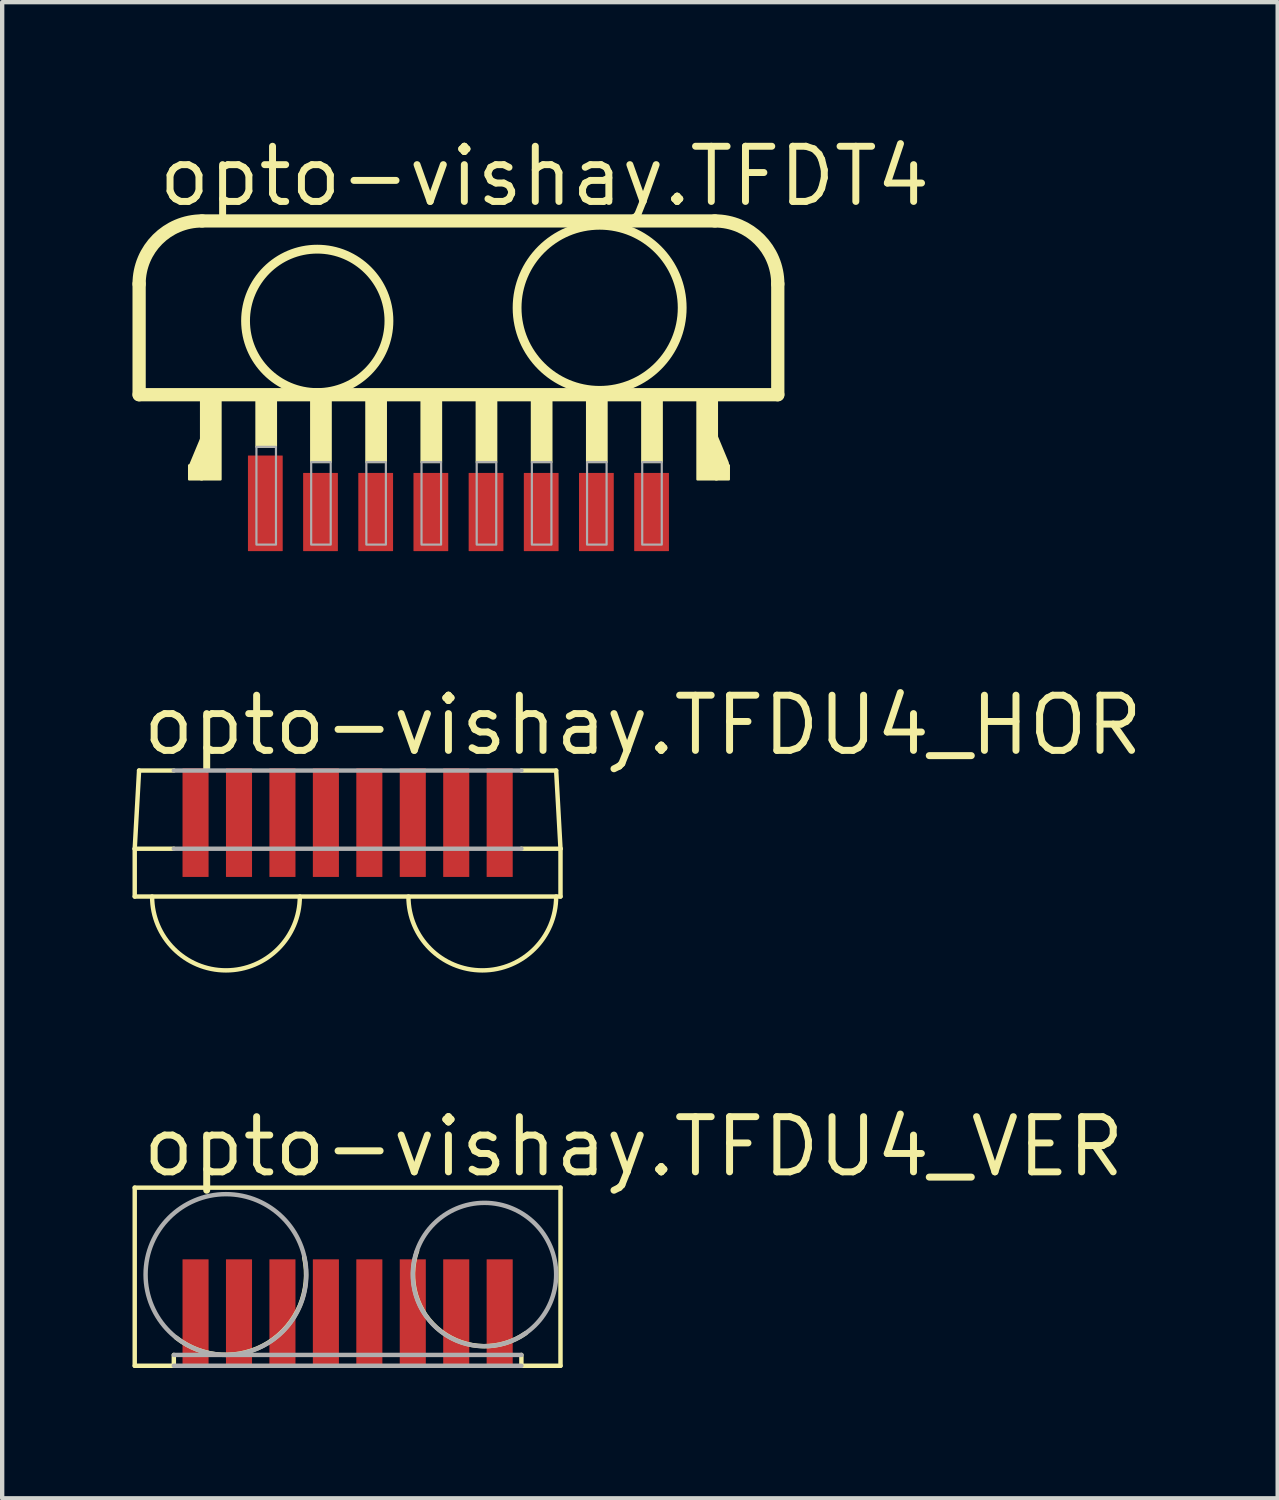
<source format=kicad_pcb>
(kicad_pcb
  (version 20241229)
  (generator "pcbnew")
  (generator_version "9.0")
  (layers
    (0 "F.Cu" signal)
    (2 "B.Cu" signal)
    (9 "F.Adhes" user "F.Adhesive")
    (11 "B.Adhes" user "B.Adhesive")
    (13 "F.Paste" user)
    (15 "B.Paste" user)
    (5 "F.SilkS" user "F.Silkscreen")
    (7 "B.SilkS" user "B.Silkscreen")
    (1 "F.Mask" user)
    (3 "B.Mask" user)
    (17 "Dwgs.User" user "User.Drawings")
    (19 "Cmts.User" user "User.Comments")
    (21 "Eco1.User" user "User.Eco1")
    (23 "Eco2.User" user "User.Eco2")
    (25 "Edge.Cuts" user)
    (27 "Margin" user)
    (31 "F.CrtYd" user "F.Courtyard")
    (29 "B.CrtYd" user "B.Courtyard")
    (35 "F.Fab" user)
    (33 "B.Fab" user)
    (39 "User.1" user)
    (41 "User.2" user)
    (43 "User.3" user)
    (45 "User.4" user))
  (footprint "opto-vishay.TFDU4_HOR"
    (layer "F.Cu")
    (at 4.951 15.885)
    (property "Reference" "opto-vishay.TFDU4_HOR" (at -4.8 -1.5 0) (layer "F.SilkS") (effects (font (size 1.27 1.27) (thickness 0.16)) (justify left bottom)))
    (attr smd)
    (fp_line (start -4.9 0.6) (end -4.8 -1.2) (stroke (width 0.102) (type default)) (layer "F.SilkS"))
    (fp_line (start -4.9 0.6) (end -4 0.6) (stroke (width 0.102) (type default)) (layer "F.SilkS"))
    (fp_line (start -4.9 1.7) (end -4.9 0.6) (stroke (width 0.102) (type default)) (layer "F.SilkS"))
    (fp_line (start -4.8 -1.2) (end -4 -1.2) (stroke (width 0.102) (type default)) (layer "F.SilkS"))
    (fp_line (start 4 -1.2) (end 4.8 -1.2) (stroke (width 0.102) (type default)) (layer "F.SilkS"))
    (fp_line (start 4 0.6) (end 4.9 0.6) (stroke (width 0.102) (type default)) (layer "F.SilkS"))
    (fp_line (start 4.8 -1.2) (end 4.9 0.6) (stroke (width 0.102) (type default)) (layer "F.SilkS"))
    (fp_line (start 4.9 0.6) (end 4.9 1.7) (stroke (width 0.102) (type default)) (layer "F.SilkS"))
    (fp_line (start 4.9 1.7) (end -4.9 1.7) (stroke (width 0.102) (type default)) (layer "F.SilkS"))
    (fp_arc (start -1.1 1.7) (mid -2.8 3.4) (end -4.5 1.7) (stroke (width 0.1016) (type default)) (layer "F.SilkS"))
    (fp_arc (start 4.8 1.7) (mid 3.1 3.4) (end 1.4 1.7) (stroke (width 0.1016) (type default)) (layer "F.SilkS"))
    (fp_line (start -4 -1.2) (end 4 -1.2) (stroke (width 0.102) (type default)) (layer "F.Fab"))
    (fp_line (start -4 0.6) (end 4 0.6) (stroke (width 0.102) (type default)) (layer "F.Fab"))
    (pad "1" smd roundrect (at -3.5 0) (size 0.6 2.5) (layers "F.Cu" "F.Mask" "F.Paste") (roundrect_rratio 0.01))
    (pad "2" smd roundrect (at -2.5 0) (size 0.6 2.5) (layers "F.Cu" "F.Mask" "F.Paste") (roundrect_rratio 0.01))
    (pad "3" smd roundrect (at -1.5 0) (size 0.6 2.5) (layers "F.Cu" "F.Mask" "F.Paste") (roundrect_rratio 0.01))
    (pad "4" smd roundrect (at -0.5 0) (size 0.6 2.5) (layers "F.Cu" "F.Mask" "F.Paste") (roundrect_rratio 0.01))
    (pad "5" smd roundrect (at 0.5 0) (size 0.6 2.5) (layers "F.Cu" "F.Mask" "F.Paste") (roundrect_rratio 0.01))
    (pad "6" smd roundrect (at 1.5 0) (size 0.6 2.5) (layers "F.Cu" "F.Mask" "F.Paste") (roundrect_rratio 0.01))
    (pad "7" smd roundrect (at 2.5 0) (size 0.6 2.5) (layers "F.Cu" "F.Mask" "F.Paste") (roundrect_rratio 0.01))
    (pad "8" smd roundrect (at 3.5 0) (size 0.6 2.5) (layers "F.Cu" "F.Mask" "F.Paste") (roundrect_rratio 0.01)))
  (footprint "opto-vishay.TFDU4_VER"
    (layer "F.Cu")
    (at 4.951 26.286)
    (property "Reference" "opto-vishay.TFDU4_VER" (at -4.8 -2.2 0) (layer "F.SilkS") (effects (font (size 1.27 1.27) (thickness 0.16)) (justify left bottom)))
    (attr smd)
    (fp_line (start -4.9 -2) (end -4.9 2.1) (stroke (width 0.102) (type default)) (layer "F.SilkS"))
    (fp_line (start -4.9 2.1) (end -4 2.1) (stroke (width 0.102) (type default)) (layer "F.SilkS"))
    (fp_line (start -4 1.85) (end -4 2.1) (stroke (width 0.102) (type default)) (layer "F.SilkS"))
    (fp_line (start 4 1.85) (end 4 2.1) (stroke (width 0.102) (type default)) (layer "F.SilkS"))
    (fp_line (start 4 2.1) (end 4.9 2.1) (stroke (width 0.102) (type default)) (layer "F.SilkS"))
    (fp_line (start 4.9 -2) (end -4.9 -2) (stroke (width 0.102) (type default)) (layer "F.SilkS"))
    (fp_line (start 4.9 2.1) (end 4.9 -2) (stroke (width 0.102) (type default)) (layer "F.SilkS"))
    (fp_arc (start -1 -0.4) (mid -1.822391 1.565647) (end -3.95 1.45) (stroke (width 0.1016) (type default)) (layer "F.SilkS"))
    (fp_arc (start 4.1 1.35) (mid 2.156545 1.31244) (end 1.6 -0.55) (stroke (width 0.1016) (type default)) (layer "F.SilkS"))
    (fp_line (start -4 1.85) (end 4 1.85) (stroke (width 0.102) (type default)) (layer "F.Fab"))
    (fp_line (start -4 2.1) (end 4 2.1) (stroke (width 0.102) (type default)) (layer "F.Fab"))
    (fp_circle (center -2.8 0) (end -0.95 0) (stroke (width 0.102) (type default)) (fill no) (layer "F.Fab"))
    (fp_circle (center 3.15 0) (end 4.8 0) (stroke (width 0.102) (type default)) (fill no) (layer "F.Fab"))
    (pad "1" smd roundrect (at -3.5 0.9) (size 0.6 2.5) (layers "F.Cu" "F.Mask" "F.Paste") (roundrect_rratio 0.01))
    (pad "2" smd roundrect (at -2.5 0.9) (size 0.6 2.5) (layers "F.Cu" "F.Mask" "F.Paste") (roundrect_rratio 0.01))
    (pad "3" smd roundrect (at -1.5 0.9) (size 0.6 2.5) (layers "F.Cu" "F.Mask" "F.Paste") (roundrect_rratio 0.01))
    (pad "4" smd roundrect (at -0.5 0.9) (size 0.6 2.5) (layers "F.Cu" "F.Mask" "F.Paste") (roundrect_rratio 0.01))
    (pad "5" smd roundrect (at 0.5 0.9) (size 0.6 2.5) (layers "F.Cu" "F.Mask" "F.Paste") (roundrect_rratio 0.01))
    (pad "6" smd roundrect (at 1.5 0.9) (size 0.6 2.5) (layers "F.Cu" "F.Mask" "F.Paste") (roundrect_rratio 0.01))
    (pad "7" smd roundrect (at 2.5 0.9) (size 0.6 2.5) (layers "F.Cu" "F.Mask" "F.Paste") (roundrect_rratio 0.01))
    (pad "8" smd roundrect (at 3.5 0.9) (size 0.6 2.5) (layers "F.Cu" "F.Mask" "F.Paste") (roundrect_rratio 0.01)))
  (footprint "opto-vishay.TFDT4"
    (layer "F.Cu")
    (at 7.502 8.735)
    (property "Reference" "opto-vishay.TFDT4" (at -6.985 -6.985 0) (layer "F.SilkS") (effects (font (size 1.27 1.27) (thickness 0.16)) (justify left bottom)))
    (attr smd)
    (fp_line (start -7.35 -2.7) (end -7.35 -5.25) (stroke (width 0.305) (type default)) (layer "F.SilkS"))
    (fp_line (start -6.05 -1.05) (end -5.8 -1.65) (stroke (width 0.305) (type default)) (layer "F.SilkS"))
    (fp_line (start -5.9 -6.7) (end 5.9 -6.7) (stroke (width 0.305) (type default)) (layer "F.SilkS"))
    (fp_line (start 6.075 -1.1) (end 5.825 -1.7) (stroke (width 0.305) (type default)) (layer "F.SilkS"))
    (fp_line (start 7.35 -5.25) (end 7.35 -2.7) (stroke (width 0.305) (type default)) (layer "F.SilkS"))
    (fp_line (start 7.35 -2.7) (end -7.35 -2.7) (stroke (width 0.305) (type default)) (layer "F.SilkS"))
    (fp_rect (start -6.2 -0.75) (end -5.9 -1.075) (stroke (width 0.05) (type default)) (fill yes) (layer "F.SilkS"))
    (fp_rect (start -5.925 -0.75) (end -5.475 -2.575) (stroke (width 0.05) (type default)) (fill yes) (layer "F.SilkS"))
    (fp_rect (start -4.65 -1.5) (end -4.2 -2.6) (stroke (width 0.05) (type default)) (fill yes) (layer "F.SilkS"))
    (fp_rect (start -3.39 -1.15) (end -2.94 -2.6) (stroke (width 0.05) (type default)) (fill yes) (layer "F.SilkS"))
    (fp_rect (start -2.12 -1.15) (end -1.67 -2.6) (stroke (width 0.05) (type default)) (fill yes) (layer "F.SilkS"))
    (fp_rect (start -0.85 -1.15) (end -0.4 -2.6) (stroke (width 0.05) (type default)) (fill yes) (layer "F.SilkS"))
    (fp_rect (start 0.42 -1.15) (end 0.87 -2.6) (stroke (width 0.05) (type default)) (fill yes) (layer "F.SilkS"))
    (fp_rect (start 1.69 -1.15) (end 2.14 -2.6) (stroke (width 0.05) (type default)) (fill yes) (layer "F.SilkS"))
    (fp_rect (start 2.96 -1.15) (end 3.41 -2.6) (stroke (width 0.05) (type default)) (fill yes) (layer "F.SilkS"))
    (fp_rect (start 4.23 -1.15) (end 4.68 -2.6) (stroke (width 0.05) (type default)) (fill yes) (layer "F.SilkS"))
    (fp_rect (start 5.5 -0.75) (end 5.95 -2.575) (stroke (width 0.05) (type default)) (fill yes) (layer "F.SilkS"))
    (fp_rect (start 5.925 -0.75) (end 6.225 -1.075) (stroke (width 0.05) (type default)) (fill yes) (layer "F.SilkS"))
    (fp_arc (start -7.35 -5.25) (mid -6.925305 -6.275305) (end -5.9 -6.7) (stroke (width 0.3048) (type default)) (layer "F.SilkS"))
    (fp_arc (start 5.9 -6.7) (mid 6.925305 -6.275305) (end 7.35 -5.25) (stroke (width 0.3048) (type default)) (layer "F.SilkS"))
    (fp_circle (center -3.25 -4.4) (end -1.6 -4.4) (stroke (width 0.203) (type default)) (fill no) (layer "F.SilkS"))
    (fp_circle (center 3.25 -4.7) (end 5.15 -4.7) (stroke (width 0.203) (type default)) (fill no) (layer "F.SilkS"))
    (fp_rect (start -4.65 0.75) (end -4.2 -1.5) (stroke (width 0.05) (type default)) (fill no) (layer "F.Fab"))
    (fp_rect (start -3.39 0.75) (end -2.94 -1.15) (stroke (width 0.05) (type default)) (fill no) (layer "F.Fab"))
    (fp_rect (start -2.12 0.75) (end -1.67 -1.15) (stroke (width 0.05) (type default)) (fill no) (layer "F.Fab"))
    (fp_rect (start -0.85 0.75) (end -0.4 -1.15) (stroke (width 0.05) (type default)) (fill no) (layer "F.Fab"))
    (fp_rect (start 0.42 0.75) (end 0.87 -1.15) (stroke (width 0.05) (type default)) (fill no) (layer "F.Fab"))
    (fp_rect (start 1.69 0.75) (end 2.14 -1.15) (stroke (width 0.05) (type default)) (fill no) (layer "F.Fab"))
    (fp_rect (start 2.96 0.75) (end 3.41 -1.15) (stroke (width 0.05) (type default)) (fill no) (layer "F.Fab"))
    (fp_rect (start 4.23 0.75) (end 4.68 -1.15) (stroke (width 0.05) (type default)) (fill no) (layer "F.Fab"))
    (pad "1" smd roundrect (at -4.445 -0.2) (size 0.8 2.2) (layers "F.Cu" "F.Mask" "F.Paste") (roundrect_rratio 0.01))
    (pad "2" smd roundrect (at -3.175 0) (size 0.8 1.8) (layers "F.Cu" "F.Mask" "F.Paste") (roundrect_rratio 0.01))
    (pad "3" smd roundrect (at -1.905 0) (size 0.8 1.8) (layers "F.Cu" "F.Mask" "F.Paste") (roundrect_rratio 0.01))
    (pad "4" smd roundrect (at -0.635 0) (size 0.8 1.8) (layers "F.Cu" "F.Mask" "F.Paste") (roundrect_rratio 0.01))
    (pad "5" smd roundrect (at 0.635 0) (size 0.8 1.8) (layers "F.Cu" "F.Mask" "F.Paste") (roundrect_rratio 0.01))
    (pad "6" smd roundrect (at 1.905 0) (size 0.8 1.8) (layers "F.Cu" "F.Mask" "F.Paste") (roundrect_rratio 0.01))
    (pad "7" smd roundrect (at 3.175 0) (size 0.8 1.8) (layers "F.Cu" "F.Mask" "F.Paste") (roundrect_rratio 0.01))
    (pad "8" smd roundrect (at 4.445 0) (size 0.8 1.8) (layers "F.Cu" "F.Mask" "F.Paste") (roundrect_rratio 0.01)))
  (gr_rect
    (start -3 -3)
    (end 26.358 31.437)
    (stroke (width 0.1) (type default))
    (fill no)
    (layer "Edge.Cuts")))
</source>
